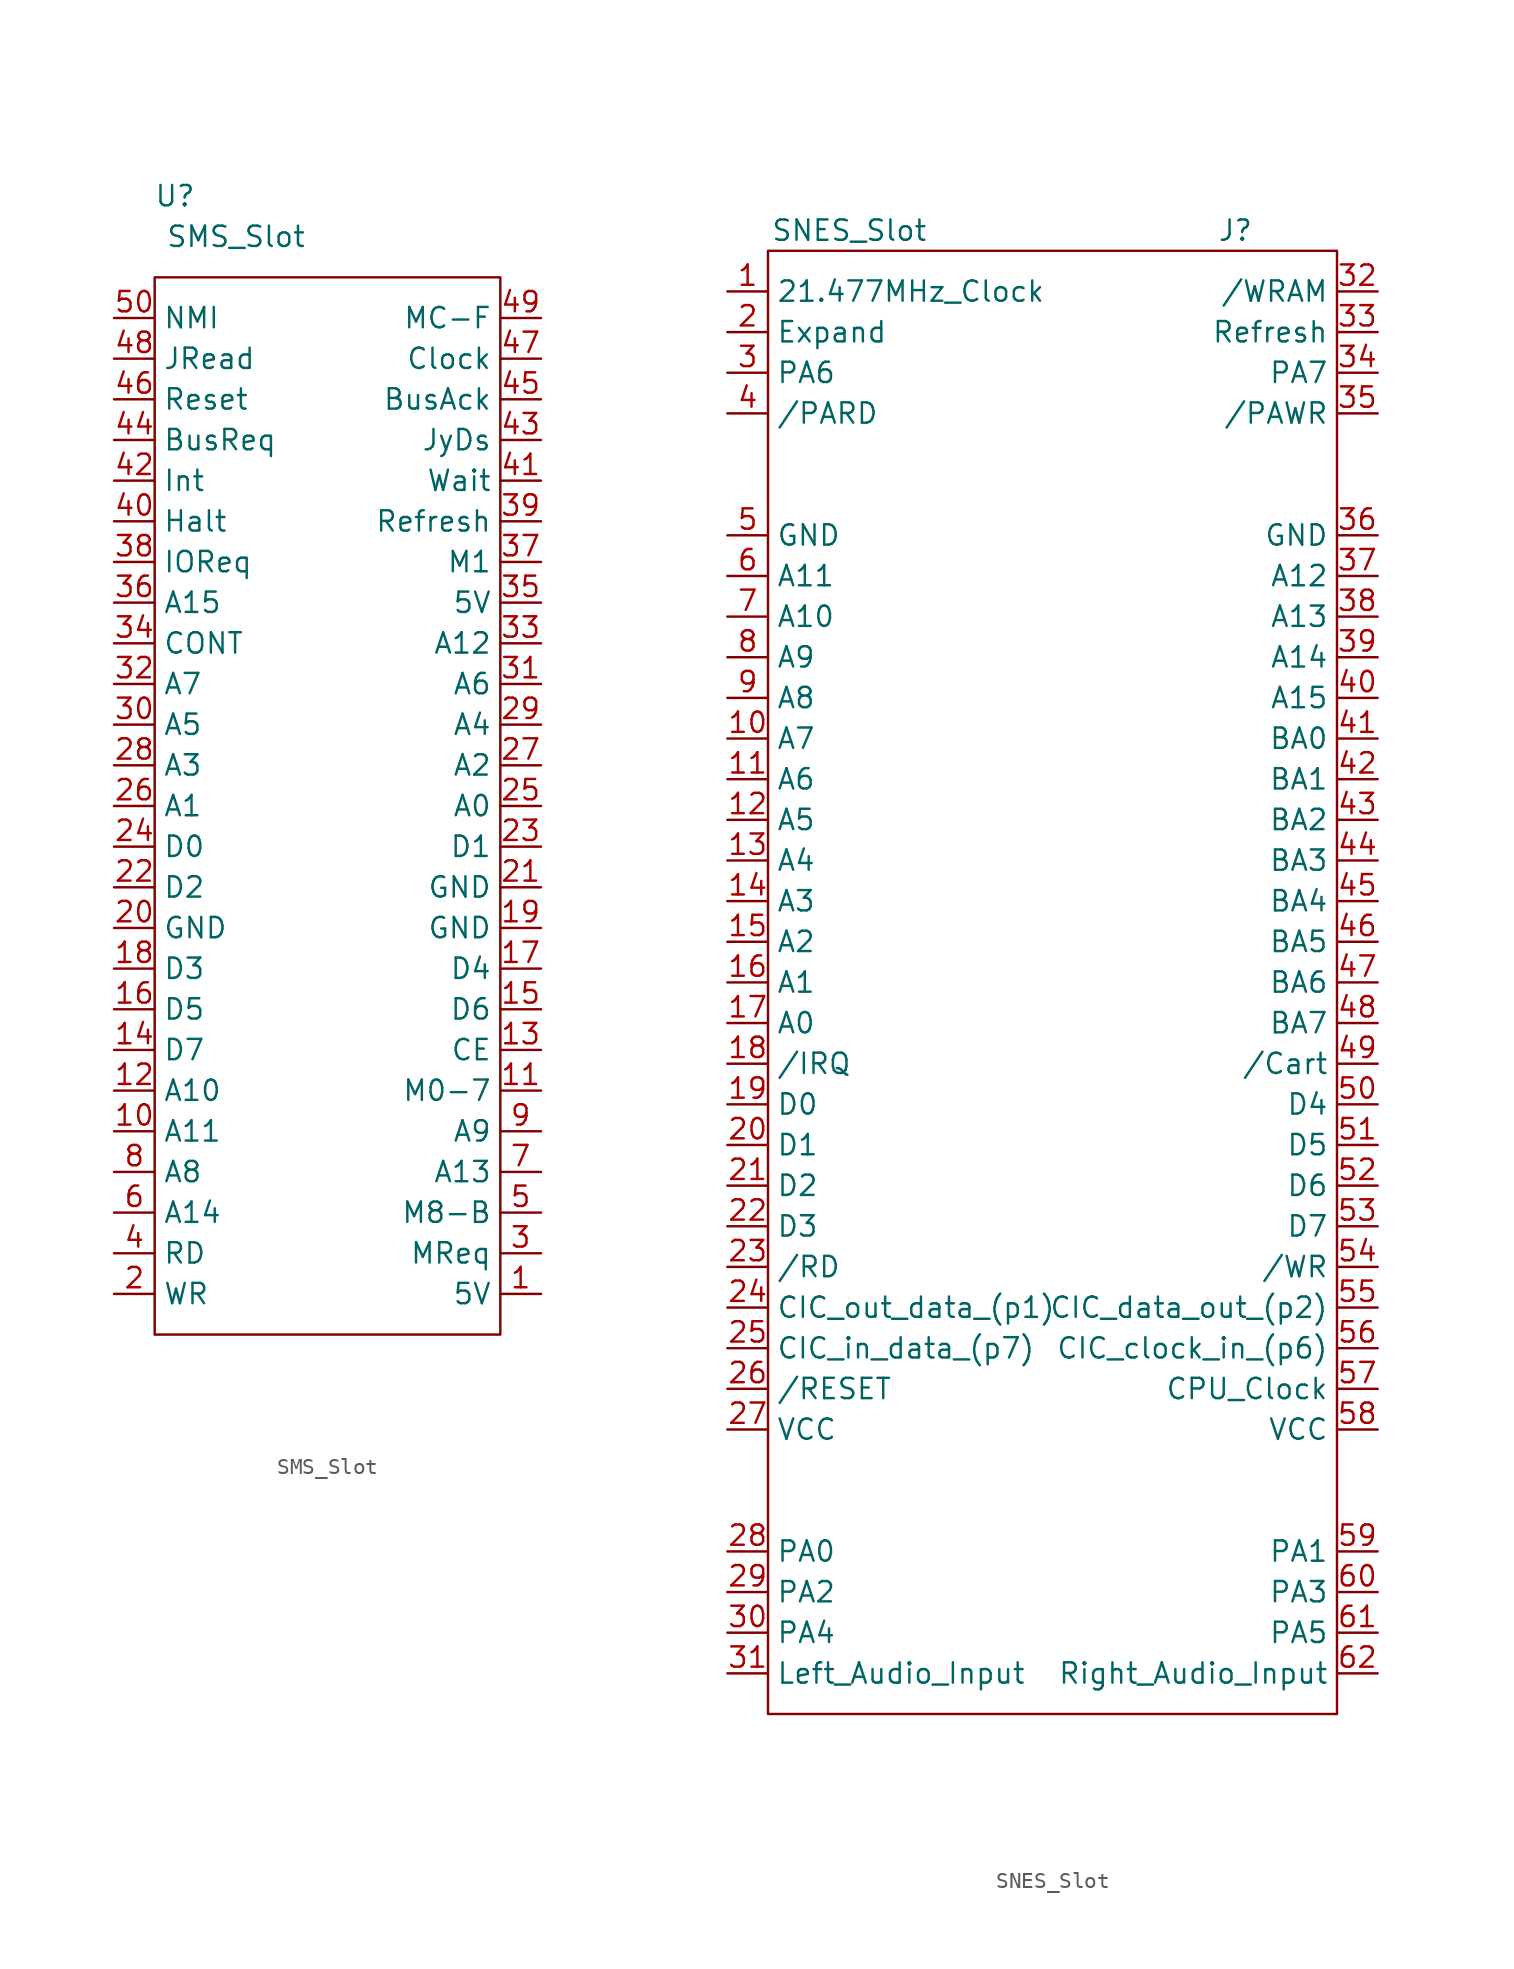
<source format=kicad_sym>
(kicad_symbol_lib
  (version 20231120)
  (generator "kicad_symbol_editor")
  (generator_version "8.0")
  (symbol "SMS_Slot"
    (property "Reference" "U"
      (at -10.16 35.56 0)
      (effects (font (size 1.27 1.27))))
    (property "Value" "SMS_Slot"
      (at -6.35 33.02 0)
      (effects (font (size 1.27 1.27))))
    (symbol "SMS_Slot_0_1"
      (rectangle (start -11.43 30.48) (end 10.16 -35.56) (stroke (width 0.152) (type default)) (fill (type none))))
    (symbol "SMS_Slot_1_1"
      (pin power_in line (at 12.7 -33.02 180) (length 2.54) (name "5V" (effects (font (size 1.27 1.27)))) (number "1" (effects (font (size 1.27 1.27)))))
      (pin input line (at -13.97 -22.86 0) (length 2.54) (name "A11" (effects (font (size 1.27 1.27)))) (number "10" (effects (font (size 1.27 1.27)))))
      (pin input line (at 12.7 -20.32 180) (length 2.54) (name "M0-7" (effects (font (size 1.27 1.27)))) (number "11" (effects (font (size 1.27 1.27)))))
      (pin input line (at -13.97 -20.32 0) (length 2.54) (name "A10" (effects (font (size 1.27 1.27)))) (number "12" (effects (font (size 1.27 1.27)))))
      (pin input line (at 12.7 -17.78 180) (length 2.54) (name "CE" (effects (font (size 1.27 1.27)))) (number "13" (effects (font (size 1.27 1.27)))))
      (pin bidirectional line (at -13.97 -17.78 0) (length 2.54) (name "D7" (effects (font (size 1.27 1.27)))) (number "14" (effects (font (size 1.27 1.27)))))
      (pin bidirectional line (at 12.7 -15.24 180) (length 2.54) (name "D6" (effects (font (size 1.27 1.27)))) (number "15" (effects (font (size 1.27 1.27)))))
      (pin bidirectional line (at -13.97 -15.24 0) (length 2.54) (name "D5" (effects (font (size 1.27 1.27)))) (number "16" (effects (font (size 1.27 1.27)))))
      (pin bidirectional line (at 12.7 -12.7 180) (length 2.54) (name "D4" (effects (font (size 1.27 1.27)))) (number "17" (effects (font (size 1.27 1.27)))))
      (pin bidirectional line (at -13.97 -12.7 0) (length 2.54) (name "D3" (effects (font (size 1.27 1.27)))) (number "18" (effects (font (size 1.27 1.27)))))
      (pin power_in line (at 12.7 -10.16 180) (length 2.54) (name "GND" (effects (font (size 1.27 1.27)))) (number "19" (effects (font (size 1.27 1.27)))))
      (pin input line (at -13.97 -33.02 0) (length 2.54) (name "WR" (effects (font (size 1.27 1.27)))) (number "2" (effects (font (size 1.27 1.27)))))
      (pin power_in line (at -13.97 -10.16 0) (length 2.54) (name "GND" (effects (font (size 1.27 1.27)))) (number "20" (effects (font (size 1.27 1.27)))))
      (pin power_in line (at 12.7 -7.62 180) (length 2.54) (name "GND" (effects (font (size 1.27 1.27)))) (number "21" (effects (font (size 1.27 1.27)))))
      (pin bidirectional line (at -13.97 -7.62 0) (length 2.54) (name "D2" (effects (font (size 1.27 1.27)))) (number "22" (effects (font (size 1.27 1.27)))))
      (pin bidirectional line (at 12.7 -5.08 180) (length 2.54) (name "D1" (effects (font (size 1.27 1.27)))) (number "23" (effects (font (size 1.27 1.27)))))
      (pin bidirectional line (at -13.97 -5.08 0) (length 2.54) (name "D0" (effects (font (size 1.27 1.27)))) (number "24" (effects (font (size 1.27 1.27)))))
      (pin input line (at 12.7 -2.54 180) (length 2.54) (name "A0" (effects (font (size 1.27 1.27)))) (number "25" (effects (font (size 1.27 1.27)))))
      (pin input line (at -13.97 -2.54 0) (length 2.54) (name "A1" (effects (font (size 1.27 1.27)))) (number "26" (effects (font (size 1.27 1.27)))))
      (pin input line (at 12.7 0 180) (length 2.54) (name "A2" (effects (font (size 1.27 1.27)))) (number "27" (effects (font (size 1.27 1.27)))))
      (pin input line (at -13.97 0 0) (length 2.54) (name "A3" (effects (font (size 1.27 1.27)))) (number "28" (effects (font (size 1.27 1.27)))))
      (pin input line (at 12.7 2.54 180) (length 2.54) (name "A4" (effects (font (size 1.27 1.27)))) (number "29" (effects (font (size 1.27 1.27)))))
      (pin input line (at 12.7 -30.48 180) (length 2.54) (name "MReq" (effects (font (size 1.27 1.27)))) (number "3" (effects (font (size 1.27 1.27)))))
      (pin input line (at -13.97 2.54 0) (length 2.54) (name "A5" (effects (font (size 1.27 1.27)))) (number "30" (effects (font (size 1.27 1.27)))))
      (pin input line (at 12.7 5.08 180) (length 2.54) (name "A6" (effects (font (size 1.27 1.27)))) (number "31" (effects (font (size 1.27 1.27)))))
      (pin input line (at -13.97 5.08 0) (length 2.54) (name "A7" (effects (font (size 1.27 1.27)))) (number "32" (effects (font (size 1.27 1.27)))))
      (pin input line (at 12.7 7.62 180) (length 2.54) (name "A12" (effects (font (size 1.27 1.27)))) (number "33" (effects (font (size 1.27 1.27)))))
      (pin input line (at -13.97 7.62 0) (length 2.54) (name "CONT" (effects (font (size 1.27 1.27)))) (number "34" (effects (font (size 1.27 1.27)))))
      (pin power_in line (at 12.7 10.16 180) (length 2.54) (name "5V" (effects (font (size 1.27 1.27)))) (number "35" (effects (font (size 1.27 1.27)))))
      (pin input line (at -13.97 10.16 0) (length 2.54) (name "A15" (effects (font (size 1.27 1.27)))) (number "36" (effects (font (size 1.27 1.27)))))
      (pin input line (at 12.7 12.7 180) (length 2.54) (name "M1" (effects (font (size 1.27 1.27)))) (number "37" (effects (font (size 1.27 1.27)))))
      (pin input line (at -13.97 12.7 0) (length 2.54) (name "IOReq" (effects (font (size 1.27 1.27)))) (number "38" (effects (font (size 1.27 1.27)))))
      (pin input line (at 12.7 15.24 180) (length 2.54) (name "Refresh" (effects (font (size 1.27 1.27)))) (number "39" (effects (font (size 1.27 1.27)))))
      (pin input line (at -13.97 -30.48 0) (length 2.54) (name "RD" (effects (font (size 1.27 1.27)))) (number "4" (effects (font (size 1.27 1.27)))))
      (pin input line (at -13.97 15.24 0) (length 2.54) (name "Halt" (effects (font (size 1.27 1.27)))) (number "40" (effects (font (size 1.27 1.27)))))
      (pin input line (at 12.7 17.78 180) (length 2.54) (name "Wait" (effects (font (size 1.27 1.27)))) (number "41" (effects (font (size 1.27 1.27)))))
      (pin input line (at -13.97 17.78 0) (length 2.54) (name "Int" (effects (font (size 1.27 1.27)))) (number "42" (effects (font (size 1.27 1.27)))))
      (pin input line (at 12.7 20.32 180) (length 2.54) (name "JyDs" (effects (font (size 1.27 1.27)))) (number "43" (effects (font (size 1.27 1.27)))))
      (pin input line (at -13.97 20.32 0) (length 2.54) (name "BusReq" (effects (font (size 1.27 1.27)))) (number "44" (effects (font (size 1.27 1.27)))))
      (pin input line (at 12.7 22.86 180) (length 2.54) (name "BusAck" (effects (font (size 1.27 1.27)))) (number "45" (effects (font (size 1.27 1.27)))))
      (pin input line (at -13.97 22.86 0) (length 2.54) (name "Reset" (effects (font (size 1.27 1.27)))) (number "46" (effects (font (size 1.27 1.27)))))
      (pin input line (at 12.7 25.4 180) (length 2.54) (name "Clock" (effects (font (size 1.27 1.27)))) (number "47" (effects (font (size 1.27 1.27)))))
      (pin input line (at -13.97 25.4 0) (length 2.54) (name "JRead" (effects (font (size 1.27 1.27)))) (number "48" (effects (font (size 1.27 1.27)))))
      (pin input line (at 12.7 27.94 180) (length 2.54) (name "MC-F" (effects (font (size 1.27 1.27)))) (number "49" (effects (font (size 1.27 1.27)))))
      (pin input line (at 12.7 -27.94 180) (length 2.54) (name "M8-B" (effects (font (size 1.27 1.27)))) (number "5" (effects (font (size 1.27 1.27)))))
      (pin input line (at -13.97 27.94 0) (length 2.54) (name "NMI" (effects (font (size 1.27 1.27)))) (number "50" (effects (font (size 1.27 1.27)))))
      (pin input line (at -13.97 -27.94 0) (length 2.54) (name "A14" (effects (font (size 1.27 1.27)))) (number "6" (effects (font (size 1.27 1.27)))))
      (pin input line (at 12.7 -25.4 180) (length 2.54) (name "A13" (effects (font (size 1.27 1.27)))) (number "7" (effects (font (size 1.27 1.27)))))
      (pin input line (at -13.97 -25.4 0) (length 2.54) (name "A8" (effects (font (size 1.27 1.27)))) (number "8" (effects (font (size 1.27 1.27)))))
      (pin input line (at 12.7 -22.86 180) (length 2.54) (name "A9" (effects (font (size 1.27 1.27)))) (number "9" (effects (font (size 1.27 1.27)))))))
  (symbol "SNES_Slot"
    (property "Reference" "J"
      (at 12.7 45.72 0)
      (effects (font (size 1.27 1.27))))
    (property "Value" "SNES_Slot"
      (at -11.43 45.72 0)
      (effects (font (size 1.27 1.27))))
    (symbol "SNES_Slot_0_1"
      (rectangle (start -16.51 44.45) (end 19.05 -46.99) (stroke (width 0.152) (type default)) (fill (type none))))
    (symbol "SNES_Slot_1_1"
      (pin input line (at -19.05 41.91 0) (length 2.54) (name "21.477MHz_Clock" (effects (font (size 1.27 1.27)))) (number "1" (effects (font (size 1.27 1.27)))))
      (pin input line (at -19.05 13.97 0) (length 2.54) (name "A7" (effects (font (size 1.27 1.27)))) (number "10" (effects (font (size 1.27 1.27)))))
      (pin input line (at -19.05 11.43 0) (length 2.54) (name "A6" (effects (font (size 1.27 1.27)))) (number "11" (effects (font (size 1.27 1.27)))))
      (pin input line (at -19.05 8.89 0) (length 2.54) (name "A5" (effects (font (size 1.27 1.27)))) (number "12" (effects (font (size 1.27 1.27)))))
      (pin input line (at -19.05 6.35 0) (length 2.54) (name "A4" (effects (font (size 1.27 1.27)))) (number "13" (effects (font (size 1.27 1.27)))))
      (pin input line (at -19.05 3.81 0) (length 2.54) (name "A3" (effects (font (size 1.27 1.27)))) (number "14" (effects (font (size 1.27 1.27)))))
      (pin input line (at -19.05 1.27 0) (length 2.54) (name "A2" (effects (font (size 1.27 1.27)))) (number "15" (effects (font (size 1.27 1.27)))))
      (pin input line (at -19.05 -1.27 0) (length 2.54) (name "A1" (effects (font (size 1.27 1.27)))) (number "16" (effects (font (size 1.27 1.27)))))
      (pin input line (at -19.05 -3.81 0) (length 2.54) (name "A0" (effects (font (size 1.27 1.27)))) (number "17" (effects (font (size 1.27 1.27)))))
      (pin input line (at -19.05 -6.35 0) (length 2.54) (name "/IRQ" (effects (font (size 1.27 1.27)))) (number "18" (effects (font (size 1.27 1.27)))))
      (pin bidirectional line (at -19.05 -8.89 0) (length 2.54) (name "D0" (effects (font (size 1.27 1.27)))) (number "19" (effects (font (size 1.27 1.27)))))
      (pin input line (at -19.05 39.37 0) (length 2.54) (name "Expand" (effects (font (size 1.27 1.27)))) (number "2" (effects (font (size 1.27 1.27)))))
      (pin bidirectional line (at -19.05 -11.43 0) (length 2.54) (name "D1" (effects (font (size 1.27 1.27)))) (number "20" (effects (font (size 1.27 1.27)))))
      (pin bidirectional line (at -19.05 -13.97 0) (length 2.54) (name "D2" (effects (font (size 1.27 1.27)))) (number "21" (effects (font (size 1.27 1.27)))))
      (pin bidirectional line (at -19.05 -16.51 0) (length 2.54) (name "D3" (effects (font (size 1.27 1.27)))) (number "22" (effects (font (size 1.27 1.27)))))
      (pin input line (at -19.05 -19.05 0) (length 2.54) (name "/RD" (effects (font (size 1.27 1.27)))) (number "23" (effects (font (size 1.27 1.27)))))
      (pin output line (at -19.05 -21.59 0) (length 2.54) (name "CIC_out_data_(p1)" (effects (font (size 1.27 1.27)))) (number "24" (effects (font (size 1.27 1.27)))))
      (pin input line (at -19.05 -24.13 0) (length 2.54) (name "CIC_in_data_(p7)" (effects (font (size 1.27 1.27)))) (number "25" (effects (font (size 1.27 1.27)))))
      (pin input line (at -19.05 -26.67 0) (length 2.54) (name "/RESET" (effects (font (size 1.27 1.27)))) (number "26" (effects (font (size 1.27 1.27)))))
      (pin power_in line (at -19.05 -29.21 0) (length 2.54) (name "VCC" (effects (font (size 1.27 1.27)))) (number "27" (effects (font (size 1.27 1.27)))))
      (pin input line (at -19.05 -36.83 0) (length 2.54) (name "PA0" (effects (font (size 1.27 1.27)))) (number "28" (effects (font (size 1.27 1.27)))))
      (pin input line (at -19.05 -39.37 0) (length 2.54) (name "PA2" (effects (font (size 1.27 1.27)))) (number "29" (effects (font (size 1.27 1.27)))))
      (pin input line (at -19.05 36.83 0) (length 2.54) (name "PA6" (effects (font (size 1.27 1.27)))) (number "3" (effects (font (size 1.27 1.27)))))
      (pin input line (at -19.05 -41.91 0) (length 2.54) (name "PA4" (effects (font (size 1.27 1.27)))) (number "30" (effects (font (size 1.27 1.27)))))
      (pin input line (at -19.05 -44.45 0) (length 2.54) (name "Left_Audio_Input" (effects (font (size 1.27 1.27)))) (number "31" (effects (font (size 1.27 1.27)))))
      (pin input line (at 21.59 41.91 180) (length 2.54) (name "/WRAM" (effects (font (size 1.27 1.27)))) (number "32" (effects (font (size 1.27 1.27)))))
      (pin input line (at 21.59 39.37 180) (length 2.54) (name "Refresh" (effects (font (size 1.27 1.27)))) (number "33" (effects (font (size 1.27 1.27)))))
      (pin input line (at 21.59 36.83 180) (length 2.54) (name "PA7" (effects (font (size 1.27 1.27)))) (number "34" (effects (font (size 1.27 1.27)))))
      (pin input line (at 21.59 34.29 180) (length 2.54) (name "/PAWR" (effects (font (size 1.27 1.27)))) (number "35" (effects (font (size 1.27 1.27)))))
      (pin power_in line (at 21.59 26.67 180) (length 2.54) (name "GND" (effects (font (size 1.27 1.27)))) (number "36" (effects (font (size 1.27 1.27)))))
      (pin input line (at 21.59 24.13 180) (length 2.54) (name "A12" (effects (font (size 1.27 1.27)))) (number "37" (effects (font (size 1.27 1.27)))))
      (pin input line (at 21.59 21.59 180) (length 2.54) (name "A13" (effects (font (size 1.27 1.27)))) (number "38" (effects (font (size 1.27 1.27)))))
      (pin input line (at 21.59 19.05 180) (length 2.54) (name "A14" (effects (font (size 1.27 1.27)))) (number "39" (effects (font (size 1.27 1.27)))))
      (pin input line (at -19.05 34.29 0) (length 2.54) (name "/PARD" (effects (font (size 1.27 1.27)))) (number "4" (effects (font (size 1.27 1.27)))))
      (pin input line (at 21.59 16.51 180) (length 2.54) (name "A15" (effects (font (size 1.27 1.27)))) (number "40" (effects (font (size 1.27 1.27)))))
      (pin input line (at 21.59 13.97 180) (length 2.54) (name "BA0" (effects (font (size 1.27 1.27)))) (number "41" (effects (font (size 1.27 1.27)))))
      (pin input line (at 21.59 11.43 180) (length 2.54) (name "BA1" (effects (font (size 1.27 1.27)))) (number "42" (effects (font (size 1.27 1.27)))))
      (pin input line (at 21.59 8.89 180) (length 2.54) (name "BA2" (effects (font (size 1.27 1.27)))) (number "43" (effects (font (size 1.27 1.27)))))
      (pin input line (at 21.59 6.35 180) (length 2.54) (name "BA3" (effects (font (size 1.27 1.27)))) (number "44" (effects (font (size 1.27 1.27)))))
      (pin input line (at 21.59 3.81 180) (length 2.54) (name "BA4" (effects (font (size 1.27 1.27)))) (number "45" (effects (font (size 1.27 1.27)))))
      (pin input line (at 21.59 1.27 180) (length 2.54) (name "BA5" (effects (font (size 1.27 1.27)))) (number "46" (effects (font (size 1.27 1.27)))))
      (pin input line (at 21.59 -1.27 180) (length 2.54) (name "BA6" (effects (font (size 1.27 1.27)))) (number "47" (effects (font (size 1.27 1.27)))))
      (pin input line (at 21.59 -3.81 180) (length 2.54) (name "BA7" (effects (font (size 1.27 1.27)))) (number "48" (effects (font (size 1.27 1.27)))))
      (pin input line (at 21.59 -6.35 180) (length 2.54) (name "/Cart" (effects (font (size 1.27 1.27)))) (number "49" (effects (font (size 1.27 1.27)))))
      (pin power_in line (at -19.05 26.67 0) (length 2.54) (name "GND" (effects (font (size 1.27 1.27)))) (number "5" (effects (font (size 1.27 1.27)))))
      (pin bidirectional line (at 21.59 -8.89 180) (length 2.54) (name "D4" (effects (font (size 1.27 1.27)))) (number "50" (effects (font (size 1.27 1.27)))))
      (pin bidirectional line (at 21.59 -11.43 180) (length 2.54) (name "D5" (effects (font (size 1.27 1.27)))) (number "51" (effects (font (size 1.27 1.27)))))
      (pin bidirectional line (at 21.59 -13.97 180) (length 2.54) (name "D6" (effects (font (size 1.27 1.27)))) (number "52" (effects (font (size 1.27 1.27)))))
      (pin bidirectional line (at 21.59 -16.51 180) (length 2.54) (name "D7" (effects (font (size 1.27 1.27)))) (number "53" (effects (font (size 1.27 1.27)))))
      (pin input line (at 21.59 -19.05 180) (length 2.54) (name "/WR" (effects (font (size 1.27 1.27)))) (number "54" (effects (font (size 1.27 1.27)))))
      (pin output line (at 21.59 -21.59 180) (length 2.54) (name "CIC_data_out_(p2)" (effects (font (size 1.27 1.27)))) (number "55" (effects (font (size 1.27 1.27)))))
      (pin input line (at 21.59 -24.13 180) (length 2.54) (name "CIC_clock_in_(p6)" (effects (font (size 1.27 1.27)))) (number "56" (effects (font (size 1.27 1.27)))))
      (pin input line (at 21.59 -26.67 180) (length 2.54) (name "CPU_Clock" (effects (font (size 1.27 1.27)))) (number "57" (effects (font (size 1.27 1.27)))))
      (pin power_in line (at 21.59 -29.21 180) (length 2.54) (name "VCC" (effects (font (size 1.27 1.27)))) (number "58" (effects (font (size 1.27 1.27)))))
      (pin input line (at 21.59 -36.83 180) (length 2.54) (name "PA1" (effects (font (size 1.27 1.27)))) (number "59" (effects (font (size 1.27 1.27)))))
      (pin input line (at -19.05 24.13 0) (length 2.54) (name "A11" (effects (font (size 1.27 1.27)))) (number "6" (effects (font (size 1.27 1.27)))))
      (pin input line (at 21.59 -39.37 180) (length 2.54) (name "PA3" (effects (font (size 1.27 1.27)))) (number "60" (effects (font (size 1.27 1.27)))))
      (pin input line (at 21.59 -41.91 180) (length 2.54) (name "PA5" (effects (font (size 1.27 1.27)))) (number "61" (effects (font (size 1.27 1.27)))))
      (pin input line (at 21.59 -44.45 180) (length 2.54) (name "Right_Audio_Input" (effects (font (size 1.27 1.27)))) (number "62" (effects (font (size 1.27 1.27)))))
      (pin input line (at -19.05 21.59 0) (length 2.54) (name "A10" (effects (font (size 1.27 1.27)))) (number "7" (effects (font (size 1.27 1.27)))))
      (pin input line (at -19.05 19.05 0) (length 2.54) (name "A9" (effects (font (size 1.27 1.27)))) (number "8" (effects (font (size 1.27 1.27)))))
      (pin input line (at -19.05 16.51 0) (length 2.54) (name "A8" (effects (font (size 1.27 1.27)))) (number "9" (effects (font (size 1.27 1.27))))))))
</source>
